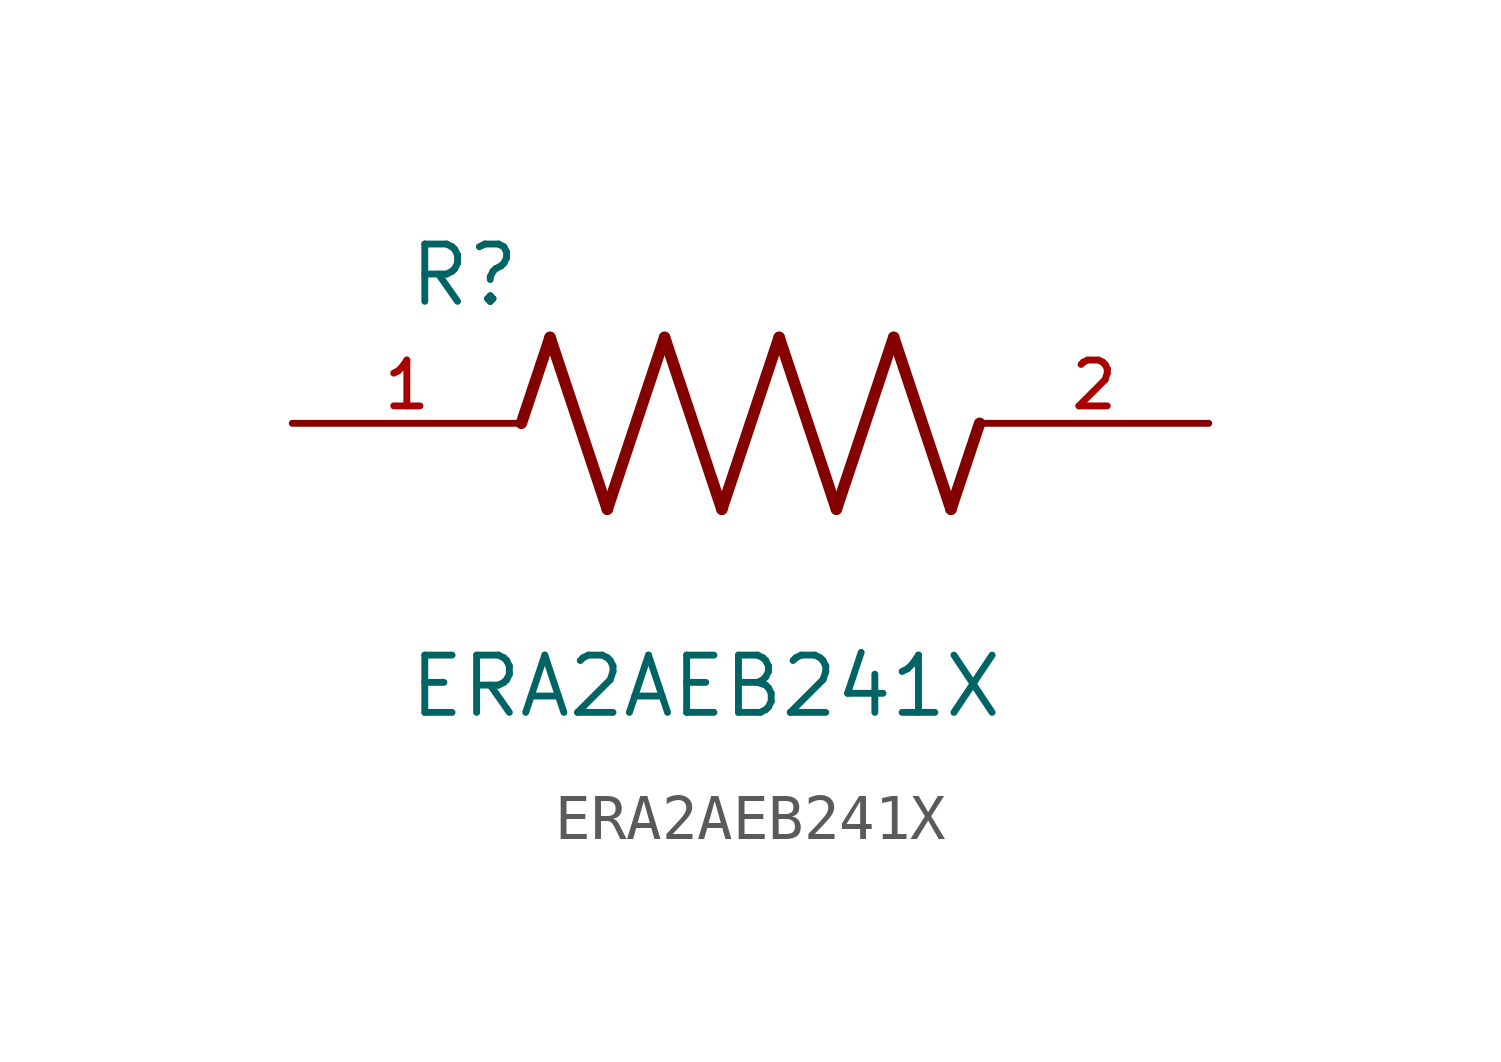
<source format=kicad_sym>
(kicad_symbol_lib
  (version 20211014)
  (generator kicad_symbol_editor)
  (symbol "ERA2AEB241X"
    (pin_names
      (offset 1.016))
    (property "Reference" "R"
      (at -7.624 2.541 0)
      (effects (font (size 1.27 1.27)) (justify bottom left)))
    (property "Value" "ERA2AEB241X"
      (at -7.624 -5.087 0)
      (effects (font (size 1.27 1.27)) (justify top left)))
    (symbol "ERA2AEB241X_0_0"
      (polyline (pts (xy -5.08 0.0) (xy -4.445 1.905)) (stroke (width 0.254)))
      (polyline (pts (xy -4.445 1.905) (xy -3.175 -1.905)) (stroke (width 0.254)))
      (polyline (pts (xy -3.175 -1.905) (xy -1.905 1.905)) (stroke (width 0.254)))
      (polyline (pts (xy -1.905 1.905) (xy -0.635 -1.905)) (stroke (width 0.254)))
      (polyline (pts (xy -0.635 -1.905) (xy 0.635 1.905)) (stroke (width 0.254)))
      (polyline (pts (xy 0.635 1.905) (xy 1.905 -1.905)) (stroke (width 0.254)))
      (polyline (pts (xy 1.905 -1.905) (xy 3.175 1.905)) (stroke (width 0.254)))
      (polyline (pts (xy 3.175 1.905) (xy 4.445 -1.905)) (stroke (width 0.254)))
      (polyline (pts (xy 4.445 -1.905) (xy 5.08 0.0)) (stroke (width 0.254)))
      (pin passive line (at -10.16 0.0 0) (length 5.08) (name "~" (effects (font (size 1.016 1.016)))) (number "1" (effects (font (size 1.016 1.016)))))
      (pin passive line (at 10.16 0.0 180.0) (length 5.08) (name "~" (effects (font (size 1.016 1.016)))) (number "2" (effects (font (size 1.016 1.016))))))))
</source>
